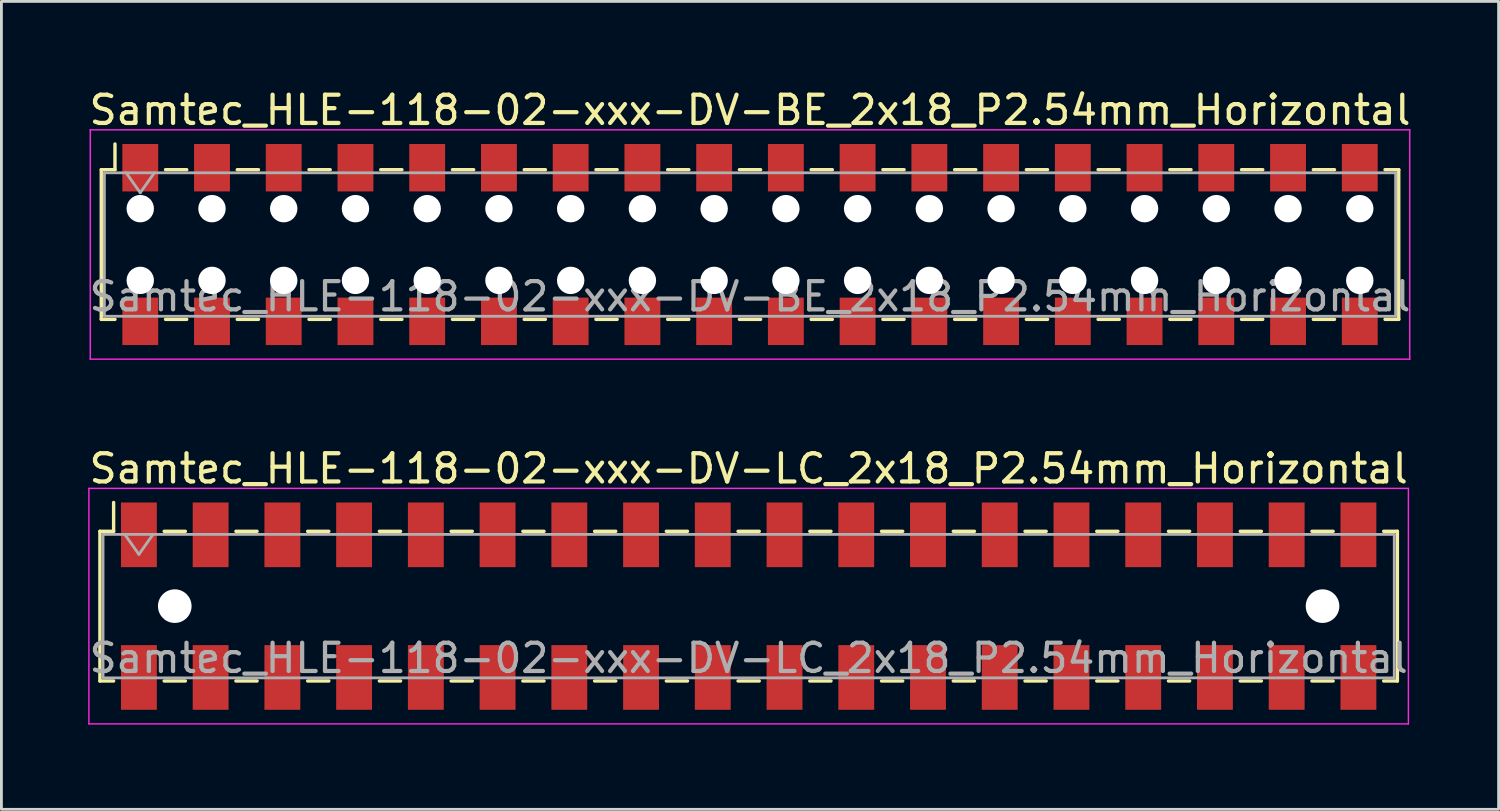
<source format=kicad_pcb>
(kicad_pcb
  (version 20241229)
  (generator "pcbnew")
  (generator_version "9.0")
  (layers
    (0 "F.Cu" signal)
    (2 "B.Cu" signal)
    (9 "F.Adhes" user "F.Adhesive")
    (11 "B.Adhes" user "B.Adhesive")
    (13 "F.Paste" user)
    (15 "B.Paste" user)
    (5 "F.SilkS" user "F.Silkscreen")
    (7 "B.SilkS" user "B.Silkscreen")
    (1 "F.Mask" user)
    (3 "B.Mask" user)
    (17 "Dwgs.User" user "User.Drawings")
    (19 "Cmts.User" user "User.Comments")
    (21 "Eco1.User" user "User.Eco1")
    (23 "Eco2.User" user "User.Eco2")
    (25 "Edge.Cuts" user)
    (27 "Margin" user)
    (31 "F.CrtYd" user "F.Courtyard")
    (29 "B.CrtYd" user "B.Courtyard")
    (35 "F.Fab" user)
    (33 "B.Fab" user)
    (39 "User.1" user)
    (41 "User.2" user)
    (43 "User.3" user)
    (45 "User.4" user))
  (footprint "Samtec_HLE-118-02-xxx-DV-LC_2x18_P2.54mm_Horizontal"
    (layer "F.Cu")
    (at 23.458 18.412)
    (property "Reference" "Samtec_HLE-118-02-xxx-DV-LC_2x18_P2.54mm_Horizontal" (at 0 -4.87 0) (layer "F.SilkS") (effects (font (size 1 1) (thickness 0.15))))
    (attr smd)
    (fp_line (start -22.97 -2.65) (end -22.97 2.65) (stroke (width 0.12) (type solid)) (layer "F.SilkS"))
    (fp_line (start -22.97 2.65) (end -22.485 2.65) (stroke (width 0.12) (type solid)) (layer "F.SilkS"))
    (fp_line (start -22.485 -3.67) (end -22.485 -2.65) (stroke (width 0.12) (type solid)) (layer "F.SilkS"))
    (fp_line (start -22.485 -2.65) (end -22.97 -2.65) (stroke (width 0.12) (type solid)) (layer "F.SilkS"))
    (fp_line (start -20.695 -2.65) (end -19.945 -2.65) (stroke (width 0.12) (type solid)) (layer "F.SilkS"))
    (fp_line (start -20.695 2.65) (end -19.945 2.65) (stroke (width 0.12) (type solid)) (layer "F.SilkS"))
    (fp_line (start -18.155 -2.65) (end -17.405 -2.65) (stroke (width 0.12) (type solid)) (layer "F.SilkS"))
    (fp_line (start -18.155 2.65) (end -17.405 2.65) (stroke (width 0.12) (type solid)) (layer "F.SilkS"))
    (fp_line (start -15.615 -2.65) (end -14.865 -2.65) (stroke (width 0.12) (type solid)) (layer "F.SilkS"))
    (fp_line (start -15.615 2.65) (end -14.865 2.65) (stroke (width 0.12) (type solid)) (layer "F.SilkS"))
    (fp_line (start -13.075 -2.65) (end -12.325 -2.65) (stroke (width 0.12) (type solid)) (layer "F.SilkS"))
    (fp_line (start -13.075 2.65) (end -12.325 2.65) (stroke (width 0.12) (type solid)) (layer "F.SilkS"))
    (fp_line (start -10.535 -2.65) (end -9.785 -2.65) (stroke (width 0.12) (type solid)) (layer "F.SilkS"))
    (fp_line (start -10.535 2.65) (end -9.785 2.65) (stroke (width 0.12) (type solid)) (layer "F.SilkS"))
    (fp_line (start -7.995 -2.65) (end -7.245 -2.65) (stroke (width 0.12) (type solid)) (layer "F.SilkS"))
    (fp_line (start -7.995 2.65) (end -7.245 2.65) (stroke (width 0.12) (type solid)) (layer "F.SilkS"))
    (fp_line (start -5.455 -2.65) (end -4.705 -2.65) (stroke (width 0.12) (type solid)) (layer "F.SilkS"))
    (fp_line (start -5.455 2.65) (end -4.705 2.65) (stroke (width 0.12) (type solid)) (layer "F.SilkS"))
    (fp_line (start -2.915 -2.65) (end -2.165 -2.65) (stroke (width 0.12) (type solid)) (layer "F.SilkS"))
    (fp_line (start -2.915 2.65) (end -2.165 2.65) (stroke (width 0.12) (type solid)) (layer "F.SilkS"))
    (fp_line (start -0.375 -2.65) (end 0.375 -2.65) (stroke (width 0.12) (type solid)) (layer "F.SilkS"))
    (fp_line (start -0.375 2.65) (end 0.375 2.65) (stroke (width 0.12) (type solid)) (layer "F.SilkS"))
    (fp_line (start 2.165 -2.65) (end 2.915 -2.65) (stroke (width 0.12) (type solid)) (layer "F.SilkS"))
    (fp_line (start 2.165 2.65) (end 2.915 2.65) (stroke (width 0.12) (type solid)) (layer "F.SilkS"))
    (fp_line (start 4.705 -2.65) (end 5.455 -2.65) (stroke (width 0.12) (type solid)) (layer "F.SilkS"))
    (fp_line (start 4.705 2.65) (end 5.455 2.65) (stroke (width 0.12) (type solid)) (layer "F.SilkS"))
    (fp_line (start 7.245 -2.65) (end 7.995 -2.65) (stroke (width 0.12) (type solid)) (layer "F.SilkS"))
    (fp_line (start 7.245 2.65) (end 7.995 2.65) (stroke (width 0.12) (type solid)) (layer "F.SilkS"))
    (fp_line (start 9.785 -2.65) (end 10.535 -2.65) (stroke (width 0.12) (type solid)) (layer "F.SilkS"))
    (fp_line (start 9.785 2.65) (end 10.535 2.65) (stroke (width 0.12) (type solid)) (layer "F.SilkS"))
    (fp_line (start 12.325 -2.65) (end 13.075 -2.65) (stroke (width 0.12) (type solid)) (layer "F.SilkS"))
    (fp_line (start 12.325 2.65) (end 13.075 2.65) (stroke (width 0.12) (type solid)) (layer "F.SilkS"))
    (fp_line (start 14.865 -2.65) (end 15.615 -2.65) (stroke (width 0.12) (type solid)) (layer "F.SilkS"))
    (fp_line (start 14.865 2.65) (end 15.615 2.65) (stroke (width 0.12) (type solid)) (layer "F.SilkS"))
    (fp_line (start 17.405 -2.65) (end 18.155 -2.65) (stroke (width 0.12) (type solid)) (layer "F.SilkS"))
    (fp_line (start 17.405 2.65) (end 18.155 2.65) (stroke (width 0.12) (type solid)) (layer "F.SilkS"))
    (fp_line (start 19.945 -2.65) (end 20.695 -2.65) (stroke (width 0.12) (type solid)) (layer "F.SilkS"))
    (fp_line (start 19.945 2.65) (end 20.695 2.65) (stroke (width 0.12) (type solid)) (layer "F.SilkS"))
    (fp_line (start 22.485 -2.65) (end 22.97 -2.65) (stroke (width 0.12) (type solid)) (layer "F.SilkS"))
    (fp_line (start 22.97 -2.65) (end 22.97 2.65) (stroke (width 0.12) (type solid)) (layer "F.SilkS"))
    (fp_line (start 22.97 2.65) (end 22.485 2.65) (stroke (width 0.12) (type solid)) (layer "F.SilkS"))
    (fp_line (start -23.36 -4.17) (end 23.36 -4.17) (stroke (width 0.05) (type solid)) (layer "F.CrtYd"))
    (fp_line (start -23.36 4.17) (end -23.36 -4.17) (stroke (width 0.05) (type solid)) (layer "F.CrtYd"))
    (fp_line (start 23.36 -4.17) (end 23.36 4.17) (stroke (width 0.05) (type solid)) (layer "F.CrtYd"))
    (fp_line (start 23.36 4.17) (end -23.36 4.17) (stroke (width 0.05) (type solid)) (layer "F.CrtYd"))
    (fp_line (start -22.86 -2.54) (end 22.86 -2.54) (stroke (width 0.1) (type solid)) (layer "F.Fab"))
    (fp_line (start -22.86 2.54) (end -22.86 -2.54) (stroke (width 0.1) (type solid)) (layer "F.Fab"))
    (fp_line (start -22.09 -2.54) (end -21.59 -1.833) (stroke (width 0.1) (type solid)) (layer "F.Fab"))
    (fp_line (start -21.59 -1.833) (end -21.09 -2.54) (stroke (width 0.1) (type solid)) (layer "F.Fab"))
    (fp_line (start 22.86 -2.54) (end 22.86 2.54) (stroke (width 0.1) (type solid)) (layer "F.Fab"))
    (fp_line (start 22.86 2.54) (end -22.86 2.54) (stroke (width 0.1) (type solid)) (layer "F.Fab"))
    (fp_text user "${REFERENCE}" (at 0 1.84 0) (layer "F.Fab") (effects (font (size 1 1) (thickness 0.15))))
    (pad "" np_thru_hole circle (at -20.32 0) (size 1.19 1.19) (drill 1.19) (layers "*.Cu" "*.Mask"))
    (pad "" np_thru_hole circle (at 20.32 0) (size 1.19 1.19) (drill 1.19) (layers "*.Cu" "*.Mask"))
    (pad "1" smd rect (at -21.59 -2.525) (size 1.27 2.29) (layers "F.Cu" "F.Mask" "F.Paste"))
    (pad "2" smd rect (at -21.59 2.525) (size 1.27 2.29) (layers "F.Cu" "F.Mask" "F.Paste"))
    (pad "3" smd rect (at -19.05 -2.525) (size 1.27 2.29) (layers "F.Cu" "F.Mask" "F.Paste"))
    (pad "4" smd rect (at -19.05 2.525) (size 1.27 2.29) (layers "F.Cu" "F.Mask" "F.Paste"))
    (pad "5" smd rect (at -16.51 -2.525) (size 1.27 2.29) (layers "F.Cu" "F.Mask" "F.Paste"))
    (pad "6" smd rect (at -16.51 2.525) (size 1.27 2.29) (layers "F.Cu" "F.Mask" "F.Paste"))
    (pad "7" smd rect (at -13.97 -2.525) (size 1.27 2.29) (layers "F.Cu" "F.Mask" "F.Paste"))
    (pad "8" smd rect (at -13.97 2.525) (size 1.27 2.29) (layers "F.Cu" "F.Mask" "F.Paste"))
    (pad "9" smd rect (at -11.43 -2.525) (size 1.27 2.29) (layers "F.Cu" "F.Mask" "F.Paste"))
    (pad "10" smd rect (at -11.43 2.525) (size 1.27 2.29) (layers "F.Cu" "F.Mask" "F.Paste"))
    (pad "11" smd rect (at -8.89 -2.525) (size 1.27 2.29) (layers "F.Cu" "F.Mask" "F.Paste"))
    (pad "12" smd rect (at -8.89 2.525) (size 1.27 2.29) (layers "F.Cu" "F.Mask" "F.Paste"))
    (pad "13" smd rect (at -6.35 -2.525) (size 1.27 2.29) (layers "F.Cu" "F.Mask" "F.Paste"))
    (pad "14" smd rect (at -6.35 2.525) (size 1.27 2.29) (layers "F.Cu" "F.Mask" "F.Paste"))
    (pad "15" smd rect (at -3.81 -2.525) (size 1.27 2.29) (layers "F.Cu" "F.Mask" "F.Paste"))
    (pad "16" smd rect (at -3.81 2.525) (size 1.27 2.29) (layers "F.Cu" "F.Mask" "F.Paste"))
    (pad "17" smd rect (at -1.27 -2.525) (size 1.27 2.29) (layers "F.Cu" "F.Mask" "F.Paste"))
    (pad "18" smd rect (at -1.27 2.525) (size 1.27 2.29) (layers "F.Cu" "F.Mask" "F.Paste"))
    (pad "19" smd rect (at 1.27 -2.525) (size 1.27 2.29) (layers "F.Cu" "F.Mask" "F.Paste"))
    (pad "20" smd rect (at 1.27 2.525) (size 1.27 2.29) (layers "F.Cu" "F.Mask" "F.Paste"))
    (pad "21" smd rect (at 3.81 -2.525) (size 1.27 2.29) (layers "F.Cu" "F.Mask" "F.Paste"))
    (pad "22" smd rect (at 3.81 2.525) (size 1.27 2.29) (layers "F.Cu" "F.Mask" "F.Paste"))
    (pad "23" smd rect (at 6.35 -2.525) (size 1.27 2.29) (layers "F.Cu" "F.Mask" "F.Paste"))
    (pad "24" smd rect (at 6.35 2.525) (size 1.27 2.29) (layers "F.Cu" "F.Mask" "F.Paste"))
    (pad "25" smd rect (at 8.89 -2.525) (size 1.27 2.29) (layers "F.Cu" "F.Mask" "F.Paste"))
    (pad "26" smd rect (at 8.89 2.525) (size 1.27 2.29) (layers "F.Cu" "F.Mask" "F.Paste"))
    (pad "27" smd rect (at 11.43 -2.525) (size 1.27 2.29) (layers "F.Cu" "F.Mask" "F.Paste"))
    (pad "28" smd rect (at 11.43 2.525) (size 1.27 2.29) (layers "F.Cu" "F.Mask" "F.Paste"))
    (pad "29" smd rect (at 13.97 -2.525) (size 1.27 2.29) (layers "F.Cu" "F.Mask" "F.Paste"))
    (pad "30" smd rect (at 13.97 2.525) (size 1.27 2.29) (layers "F.Cu" "F.Mask" "F.Paste"))
    (pad "31" smd rect (at 16.51 -2.525) (size 1.27 2.29) (layers "F.Cu" "F.Mask" "F.Paste"))
    (pad "32" smd rect (at 16.51 2.525) (size 1.27 2.29) (layers "F.Cu" "F.Mask" "F.Paste"))
    (pad "33" smd rect (at 19.05 -2.525) (size 1.27 2.29) (layers "F.Cu" "F.Mask" "F.Paste"))
    (pad "34" smd rect (at 19.05 2.525) (size 1.27 2.29) (layers "F.Cu" "F.Mask" "F.Paste"))
    (pad "35" smd rect (at 21.59 -2.525) (size 1.27 2.29) (layers "F.Cu" "F.Mask" "F.Paste"))
    (pad "36" smd rect (at 21.59 2.525) (size 1.27 2.29) (layers "F.Cu" "F.Mask" "F.Paste")))
  (footprint "Samtec_HLE-118-02-xxx-DV-BE_2x18_P2.54mm_Horizontal"
    (layer "F.Cu")
    (at 23.506 5.608)
    (property "Reference" "Samtec_HLE-118-02-xxx-DV-BE_2x18_P2.54mm_Horizontal" (at 0 -4.76 0) (layer "F.SilkS") (effects (font (size 1 1) (thickness 0.15))))
    (attr smd)
    (fp_line (start -22.97 -2.65) (end -22.97 2.65) (stroke (width 0.12) (type solid)) (layer "F.SilkS"))
    (fp_line (start -22.97 2.65) (end -22.485 2.65) (stroke (width 0.12) (type solid)) (layer "F.SilkS"))
    (fp_line (start -22.485 -3.56) (end -22.485 -2.65) (stroke (width 0.12) (type solid)) (layer "F.SilkS"))
    (fp_line (start -22.485 -2.65) (end -22.97 -2.65) (stroke (width 0.12) (type solid)) (layer "F.SilkS"))
    (fp_line (start -20.695 -2.65) (end -19.945 -2.65) (stroke (width 0.12) (type solid)) (layer "F.SilkS"))
    (fp_line (start -20.695 2.65) (end -19.945 2.65) (stroke (width 0.12) (type solid)) (layer "F.SilkS"))
    (fp_line (start -18.155 -2.65) (end -17.405 -2.65) (stroke (width 0.12) (type solid)) (layer "F.SilkS"))
    (fp_line (start -18.155 2.65) (end -17.405 2.65) (stroke (width 0.12) (type solid)) (layer "F.SilkS"))
    (fp_line (start -15.615 -2.65) (end -14.865 -2.65) (stroke (width 0.12) (type solid)) (layer "F.SilkS"))
    (fp_line (start -15.615 2.65) (end -14.865 2.65) (stroke (width 0.12) (type solid)) (layer "F.SilkS"))
    (fp_line (start -13.075 -2.65) (end -12.325 -2.65) (stroke (width 0.12) (type solid)) (layer "F.SilkS"))
    (fp_line (start -13.075 2.65) (end -12.325 2.65) (stroke (width 0.12) (type solid)) (layer "F.SilkS"))
    (fp_line (start -10.535 -2.65) (end -9.785 -2.65) (stroke (width 0.12) (type solid)) (layer "F.SilkS"))
    (fp_line (start -10.535 2.65) (end -9.785 2.65) (stroke (width 0.12) (type solid)) (layer "F.SilkS"))
    (fp_line (start -7.995 -2.65) (end -7.245 -2.65) (stroke (width 0.12) (type solid)) (layer "F.SilkS"))
    (fp_line (start -7.995 2.65) (end -7.245 2.65) (stroke (width 0.12) (type solid)) (layer "F.SilkS"))
    (fp_line (start -5.455 -2.65) (end -4.705 -2.65) (stroke (width 0.12) (type solid)) (layer "F.SilkS"))
    (fp_line (start -5.455 2.65) (end -4.705 2.65) (stroke (width 0.12) (type solid)) (layer "F.SilkS"))
    (fp_line (start -2.915 -2.65) (end -2.165 -2.65) (stroke (width 0.12) (type solid)) (layer "F.SilkS"))
    (fp_line (start -2.915 2.65) (end -2.165 2.65) (stroke (width 0.12) (type solid)) (layer "F.SilkS"))
    (fp_line (start -0.375 -2.65) (end 0.375 -2.65) (stroke (width 0.12) (type solid)) (layer "F.SilkS"))
    (fp_line (start -0.375 2.65) (end 0.375 2.65) (stroke (width 0.12) (type solid)) (layer "F.SilkS"))
    (fp_line (start 2.165 -2.65) (end 2.915 -2.65) (stroke (width 0.12) (type solid)) (layer "F.SilkS"))
    (fp_line (start 2.165 2.65) (end 2.915 2.65) (stroke (width 0.12) (type solid)) (layer "F.SilkS"))
    (fp_line (start 4.705 -2.65) (end 5.455 -2.65) (stroke (width 0.12) (type solid)) (layer "F.SilkS"))
    (fp_line (start 4.705 2.65) (end 5.455 2.65) (stroke (width 0.12) (type solid)) (layer "F.SilkS"))
    (fp_line (start 7.245 -2.65) (end 7.995 -2.65) (stroke (width 0.12) (type solid)) (layer "F.SilkS"))
    (fp_line (start 7.245 2.65) (end 7.995 2.65) (stroke (width 0.12) (type solid)) (layer "F.SilkS"))
    (fp_line (start 9.785 -2.65) (end 10.535 -2.65) (stroke (width 0.12) (type solid)) (layer "F.SilkS"))
    (fp_line (start 9.785 2.65) (end 10.535 2.65) (stroke (width 0.12) (type solid)) (layer "F.SilkS"))
    (fp_line (start 12.325 -2.65) (end 13.075 -2.65) (stroke (width 0.12) (type solid)) (layer "F.SilkS"))
    (fp_line (start 12.325 2.65) (end 13.075 2.65) (stroke (width 0.12) (type solid)) (layer "F.SilkS"))
    (fp_line (start 14.865 -2.65) (end 15.615 -2.65) (stroke (width 0.12) (type solid)) (layer "F.SilkS"))
    (fp_line (start 14.865 2.65) (end 15.615 2.65) (stroke (width 0.12) (type solid)) (layer "F.SilkS"))
    (fp_line (start 17.405 -2.65) (end 18.155 -2.65) (stroke (width 0.12) (type solid)) (layer "F.SilkS"))
    (fp_line (start 17.405 2.65) (end 18.155 2.65) (stroke (width 0.12) (type solid)) (layer "F.SilkS"))
    (fp_line (start 19.945 -2.65) (end 20.695 -2.65) (stroke (width 0.12) (type solid)) (layer "F.SilkS"))
    (fp_line (start 19.945 2.65) (end 20.695 2.65) (stroke (width 0.12) (type solid)) (layer "F.SilkS"))
    (fp_line (start 22.485 -2.65) (end 22.97 -2.65) (stroke (width 0.12) (type solid)) (layer "F.SilkS"))
    (fp_line (start 22.97 -2.65) (end 22.97 2.65) (stroke (width 0.12) (type solid)) (layer "F.SilkS"))
    (fp_line (start 22.97 2.65) (end 22.485 2.65) (stroke (width 0.12) (type solid)) (layer "F.SilkS"))
    (fp_line (start -23.36 -4.06) (end 23.36 -4.06) (stroke (width 0.05) (type solid)) (layer "F.CrtYd"))
    (fp_line (start -23.36 4.06) (end -23.36 -4.06) (stroke (width 0.05) (type solid)) (layer "F.CrtYd"))
    (fp_line (start 23.36 -4.06) (end 23.36 4.06) (stroke (width 0.05) (type solid)) (layer "F.CrtYd"))
    (fp_line (start 23.36 4.06) (end -23.36 4.06) (stroke (width 0.05) (type solid)) (layer "F.CrtYd"))
    (fp_line (start -22.86 -2.54) (end 22.86 -2.54) (stroke (width 0.1) (type solid)) (layer "F.Fab"))
    (fp_line (start -22.86 2.54) (end -22.86 -2.54) (stroke (width 0.1) (type solid)) (layer "F.Fab"))
    (fp_line (start -22.09 -2.54) (end -21.59 -1.833) (stroke (width 0.1) (type solid)) (layer "F.Fab"))
    (fp_line (start -21.59 -1.833) (end -21.09 -2.54) (stroke (width 0.1) (type solid)) (layer "F.Fab"))
    (fp_line (start 22.86 -2.54) (end 22.86 2.54) (stroke (width 0.1) (type solid)) (layer "F.Fab"))
    (fp_line (start 22.86 2.54) (end -22.86 2.54) (stroke (width 0.1) (type solid)) (layer "F.Fab"))
    (fp_text user "${REFERENCE}" (at 0 1.84 0) (layer "F.Fab") (effects (font (size 1 1) (thickness 0.15))))
    (pad "" np_thru_hole circle (at -21.59 -1.27) (size 0.97 0.97) (drill 0.97) (layers "*.Cu" "*.Mask"))
    (pad "" np_thru_hole circle (at -21.59 1.27) (size 0.97 0.97) (drill 0.97) (layers "*.Cu" "*.Mask"))
    (pad "" np_thru_hole circle (at -19.05 -1.27) (size 0.97 0.97) (drill 0.97) (layers "*.Cu" "*.Mask"))
    (pad "" np_thru_hole circle (at -19.05 1.27) (size 0.97 0.97) (drill 0.97) (layers "*.Cu" "*.Mask"))
    (pad "" np_thru_hole circle (at -16.51 -1.27) (size 0.97 0.97) (drill 0.97) (layers "*.Cu" "*.Mask"))
    (pad "" np_thru_hole circle (at -16.51 1.27) (size 0.97 0.97) (drill 0.97) (layers "*.Cu" "*.Mask"))
    (pad "" np_thru_hole circle (at -13.97 -1.27) (size 0.97 0.97) (drill 0.97) (layers "*.Cu" "*.Mask"))
    (pad "" np_thru_hole circle (at -13.97 1.27) (size 0.97 0.97) (drill 0.97) (layers "*.Cu" "*.Mask"))
    (pad "" np_thru_hole circle (at -11.43 -1.27) (size 0.97 0.97) (drill 0.97) (layers "*.Cu" "*.Mask"))
    (pad "" np_thru_hole circle (at -11.43 1.27) (size 0.97 0.97) (drill 0.97) (layers "*.Cu" "*.Mask"))
    (pad "" np_thru_hole circle (at -8.89 -1.27) (size 0.97 0.97) (drill 0.97) (layers "*.Cu" "*.Mask"))
    (pad "" np_thru_hole circle (at -8.89 1.27) (size 0.97 0.97) (drill 0.97) (layers "*.Cu" "*.Mask"))
    (pad "" np_thru_hole circle (at -6.35 -1.27) (size 0.97 0.97) (drill 0.97) (layers "*.Cu" "*.Mask"))
    (pad "" np_thru_hole circle (at -6.35 1.27) (size 0.97 0.97) (drill 0.97) (layers "*.Cu" "*.Mask"))
    (pad "" np_thru_hole circle (at -3.81 -1.27) (size 0.97 0.97) (drill 0.97) (layers "*.Cu" "*.Mask"))
    (pad "" np_thru_hole circle (at -3.81 1.27) (size 0.97 0.97) (drill 0.97) (layers "*.Cu" "*.Mask"))
    (pad "" np_thru_hole circle (at -1.27 -1.27) (size 0.97 0.97) (drill 0.97) (layers "*.Cu" "*.Mask"))
    (pad "" np_thru_hole circle (at -1.27 1.27) (size 0.97 0.97) (drill 0.97) (layers "*.Cu" "*.Mask"))
    (pad "" np_thru_hole circle (at 1.27 -1.27) (size 0.97 0.97) (drill 0.97) (layers "*.Cu" "*.Mask"))
    (pad "" np_thru_hole circle (at 1.27 1.27) (size 0.97 0.97) (drill 0.97) (layers "*.Cu" "*.Mask"))
    (pad "" np_thru_hole circle (at 3.81 -1.27) (size 0.97 0.97) (drill 0.97) (layers "*.Cu" "*.Mask"))
    (pad "" np_thru_hole circle (at 3.81 1.27) (size 0.97 0.97) (drill 0.97) (layers "*.Cu" "*.Mask"))
    (pad "" np_thru_hole circle (at 6.35 -1.27) (size 0.97 0.97) (drill 0.97) (layers "*.Cu" "*.Mask"))
    (pad "" np_thru_hole circle (at 6.35 1.27) (size 0.97 0.97) (drill 0.97) (layers "*.Cu" "*.Mask"))
    (pad "" np_thru_hole circle (at 8.89 -1.27) (size 0.97 0.97) (drill 0.97) (layers "*.Cu" "*.Mask"))
    (pad "" np_thru_hole circle (at 8.89 1.27) (size 0.97 0.97) (drill 0.97) (layers "*.Cu" "*.Mask"))
    (pad "" np_thru_hole circle (at 11.43 -1.27) (size 0.97 0.97) (drill 0.97) (layers "*.Cu" "*.Mask"))
    (pad "" np_thru_hole circle (at 11.43 1.27) (size 0.97 0.97) (drill 0.97) (layers "*.Cu" "*.Mask"))
    (pad "" np_thru_hole circle (at 13.97 -1.27) (size 0.97 0.97) (drill 0.97) (layers "*.Cu" "*.Mask"))
    (pad "" np_thru_hole circle (at 13.97 1.27) (size 0.97 0.97) (drill 0.97) (layers "*.Cu" "*.Mask"))
    (pad "" np_thru_hole circle (at 16.51 -1.27) (size 0.97 0.97) (drill 0.97) (layers "*.Cu" "*.Mask"))
    (pad "" np_thru_hole circle (at 16.51 1.27) (size 0.97 0.97) (drill 0.97) (layers "*.Cu" "*.Mask"))
    (pad "" np_thru_hole circle (at 19.05 -1.27) (size 0.97 0.97) (drill 0.97) (layers "*.Cu" "*.Mask"))
    (pad "" np_thru_hole circle (at 19.05 1.27) (size 0.97 0.97) (drill 0.97) (layers "*.Cu" "*.Mask"))
    (pad "" np_thru_hole circle (at 21.59 -1.27) (size 0.97 0.97) (drill 0.97) (layers "*.Cu" "*.Mask"))
    (pad "" np_thru_hole circle (at 21.59 1.27) (size 0.97 0.97) (drill 0.97) (layers "*.Cu" "*.Mask"))
    (pad "1" smd rect (at -21.59 -2.72) (size 1.27 1.68) (layers "F.Cu" "F.Mask" "F.Paste"))
    (pad "2" smd rect (at -21.59 2.72) (size 1.27 1.68) (layers "F.Cu" "F.Mask" "F.Paste"))
    (pad "3" smd rect (at -19.05 -2.72) (size 1.27 1.68) (layers "F.Cu" "F.Mask" "F.Paste"))
    (pad "4" smd rect (at -19.05 2.72) (size 1.27 1.68) (layers "F.Cu" "F.Mask" "F.Paste"))
    (pad "5" smd rect (at -16.51 -2.72) (size 1.27 1.68) (layers "F.Cu" "F.Mask" "F.Paste"))
    (pad "6" smd rect (at -16.51 2.72) (size 1.27 1.68) (layers "F.Cu" "F.Mask" "F.Paste"))
    (pad "7" smd rect (at -13.97 -2.72) (size 1.27 1.68) (layers "F.Cu" "F.Mask" "F.Paste"))
    (pad "8" smd rect (at -13.97 2.72) (size 1.27 1.68) (layers "F.Cu" "F.Mask" "F.Paste"))
    (pad "9" smd rect (at -11.43 -2.72) (size 1.27 1.68) (layers "F.Cu" "F.Mask" "F.Paste"))
    (pad "10" smd rect (at -11.43 2.72) (size 1.27 1.68) (layers "F.Cu" "F.Mask" "F.Paste"))
    (pad "11" smd rect (at -8.89 -2.72) (size 1.27 1.68) (layers "F.Cu" "F.Mask" "F.Paste"))
    (pad "12" smd rect (at -8.89 2.72) (size 1.27 1.68) (layers "F.Cu" "F.Mask" "F.Paste"))
    (pad "13" smd rect (at -6.35 -2.72) (size 1.27 1.68) (layers "F.Cu" "F.Mask" "F.Paste"))
    (pad "14" smd rect (at -6.35 2.72) (size 1.27 1.68) (layers "F.Cu" "F.Mask" "F.Paste"))
    (pad "15" smd rect (at -3.81 -2.72) (size 1.27 1.68) (layers "F.Cu" "F.Mask" "F.Paste"))
    (pad "16" smd rect (at -3.81 2.72) (size 1.27 1.68) (layers "F.Cu" "F.Mask" "F.Paste"))
    (pad "17" smd rect (at -1.27 -2.72) (size 1.27 1.68) (layers "F.Cu" "F.Mask" "F.Paste"))
    (pad "18" smd rect (at -1.27 2.72) (size 1.27 1.68) (layers "F.Cu" "F.Mask" "F.Paste"))
    (pad "19" smd rect (at 1.27 -2.72) (size 1.27 1.68) (layers "F.Cu" "F.Mask" "F.Paste"))
    (pad "20" smd rect (at 1.27 2.72) (size 1.27 1.68) (layers "F.Cu" "F.Mask" "F.Paste"))
    (pad "21" smd rect (at 3.81 -2.72) (size 1.27 1.68) (layers "F.Cu" "F.Mask" "F.Paste"))
    (pad "22" smd rect (at 3.81 2.72) (size 1.27 1.68) (layers "F.Cu" "F.Mask" "F.Paste"))
    (pad "23" smd rect (at 6.35 -2.72) (size 1.27 1.68) (layers "F.Cu" "F.Mask" "F.Paste"))
    (pad "24" smd rect (at 6.35 2.72) (size 1.27 1.68) (layers "F.Cu" "F.Mask" "F.Paste"))
    (pad "25" smd rect (at 8.89 -2.72) (size 1.27 1.68) (layers "F.Cu" "F.Mask" "F.Paste"))
    (pad "26" smd rect (at 8.89 2.72) (size 1.27 1.68) (layers "F.Cu" "F.Mask" "F.Paste"))
    (pad "27" smd rect (at 11.43 -2.72) (size 1.27 1.68) (layers "F.Cu" "F.Mask" "F.Paste"))
    (pad "28" smd rect (at 11.43 2.72) (size 1.27 1.68) (layers "F.Cu" "F.Mask" "F.Paste"))
    (pad "29" smd rect (at 13.97 -2.72) (size 1.27 1.68) (layers "F.Cu" "F.Mask" "F.Paste"))
    (pad "30" smd rect (at 13.97 2.72) (size 1.27 1.68) (layers "F.Cu" "F.Mask" "F.Paste"))
    (pad "31" smd rect (at 16.51 -2.72) (size 1.27 1.68) (layers "F.Cu" "F.Mask" "F.Paste"))
    (pad "32" smd rect (at 16.51 2.72) (size 1.27 1.68) (layers "F.Cu" "F.Mask" "F.Paste"))
    (pad "33" smd rect (at 19.05 -2.72) (size 1.27 1.68) (layers "F.Cu" "F.Mask" "F.Paste"))
    (pad "34" smd rect (at 19.05 2.72) (size 1.27 1.68) (layers "F.Cu" "F.Mask" "F.Paste"))
    (pad "35" smd rect (at 21.59 -2.72) (size 1.27 1.68) (layers "F.Cu" "F.Mask" "F.Paste"))
    (pad "36" smd rect (at 21.59 2.72) (size 1.27 1.68) (layers "F.Cu" "F.Mask" "F.Paste")))
  (gr_rect
    (start -3 -3)
    (end 50.012 25.607)
    (stroke (width 0.1) (type default))
    (fill no)
    (layer "Edge.Cuts")))
</source>
